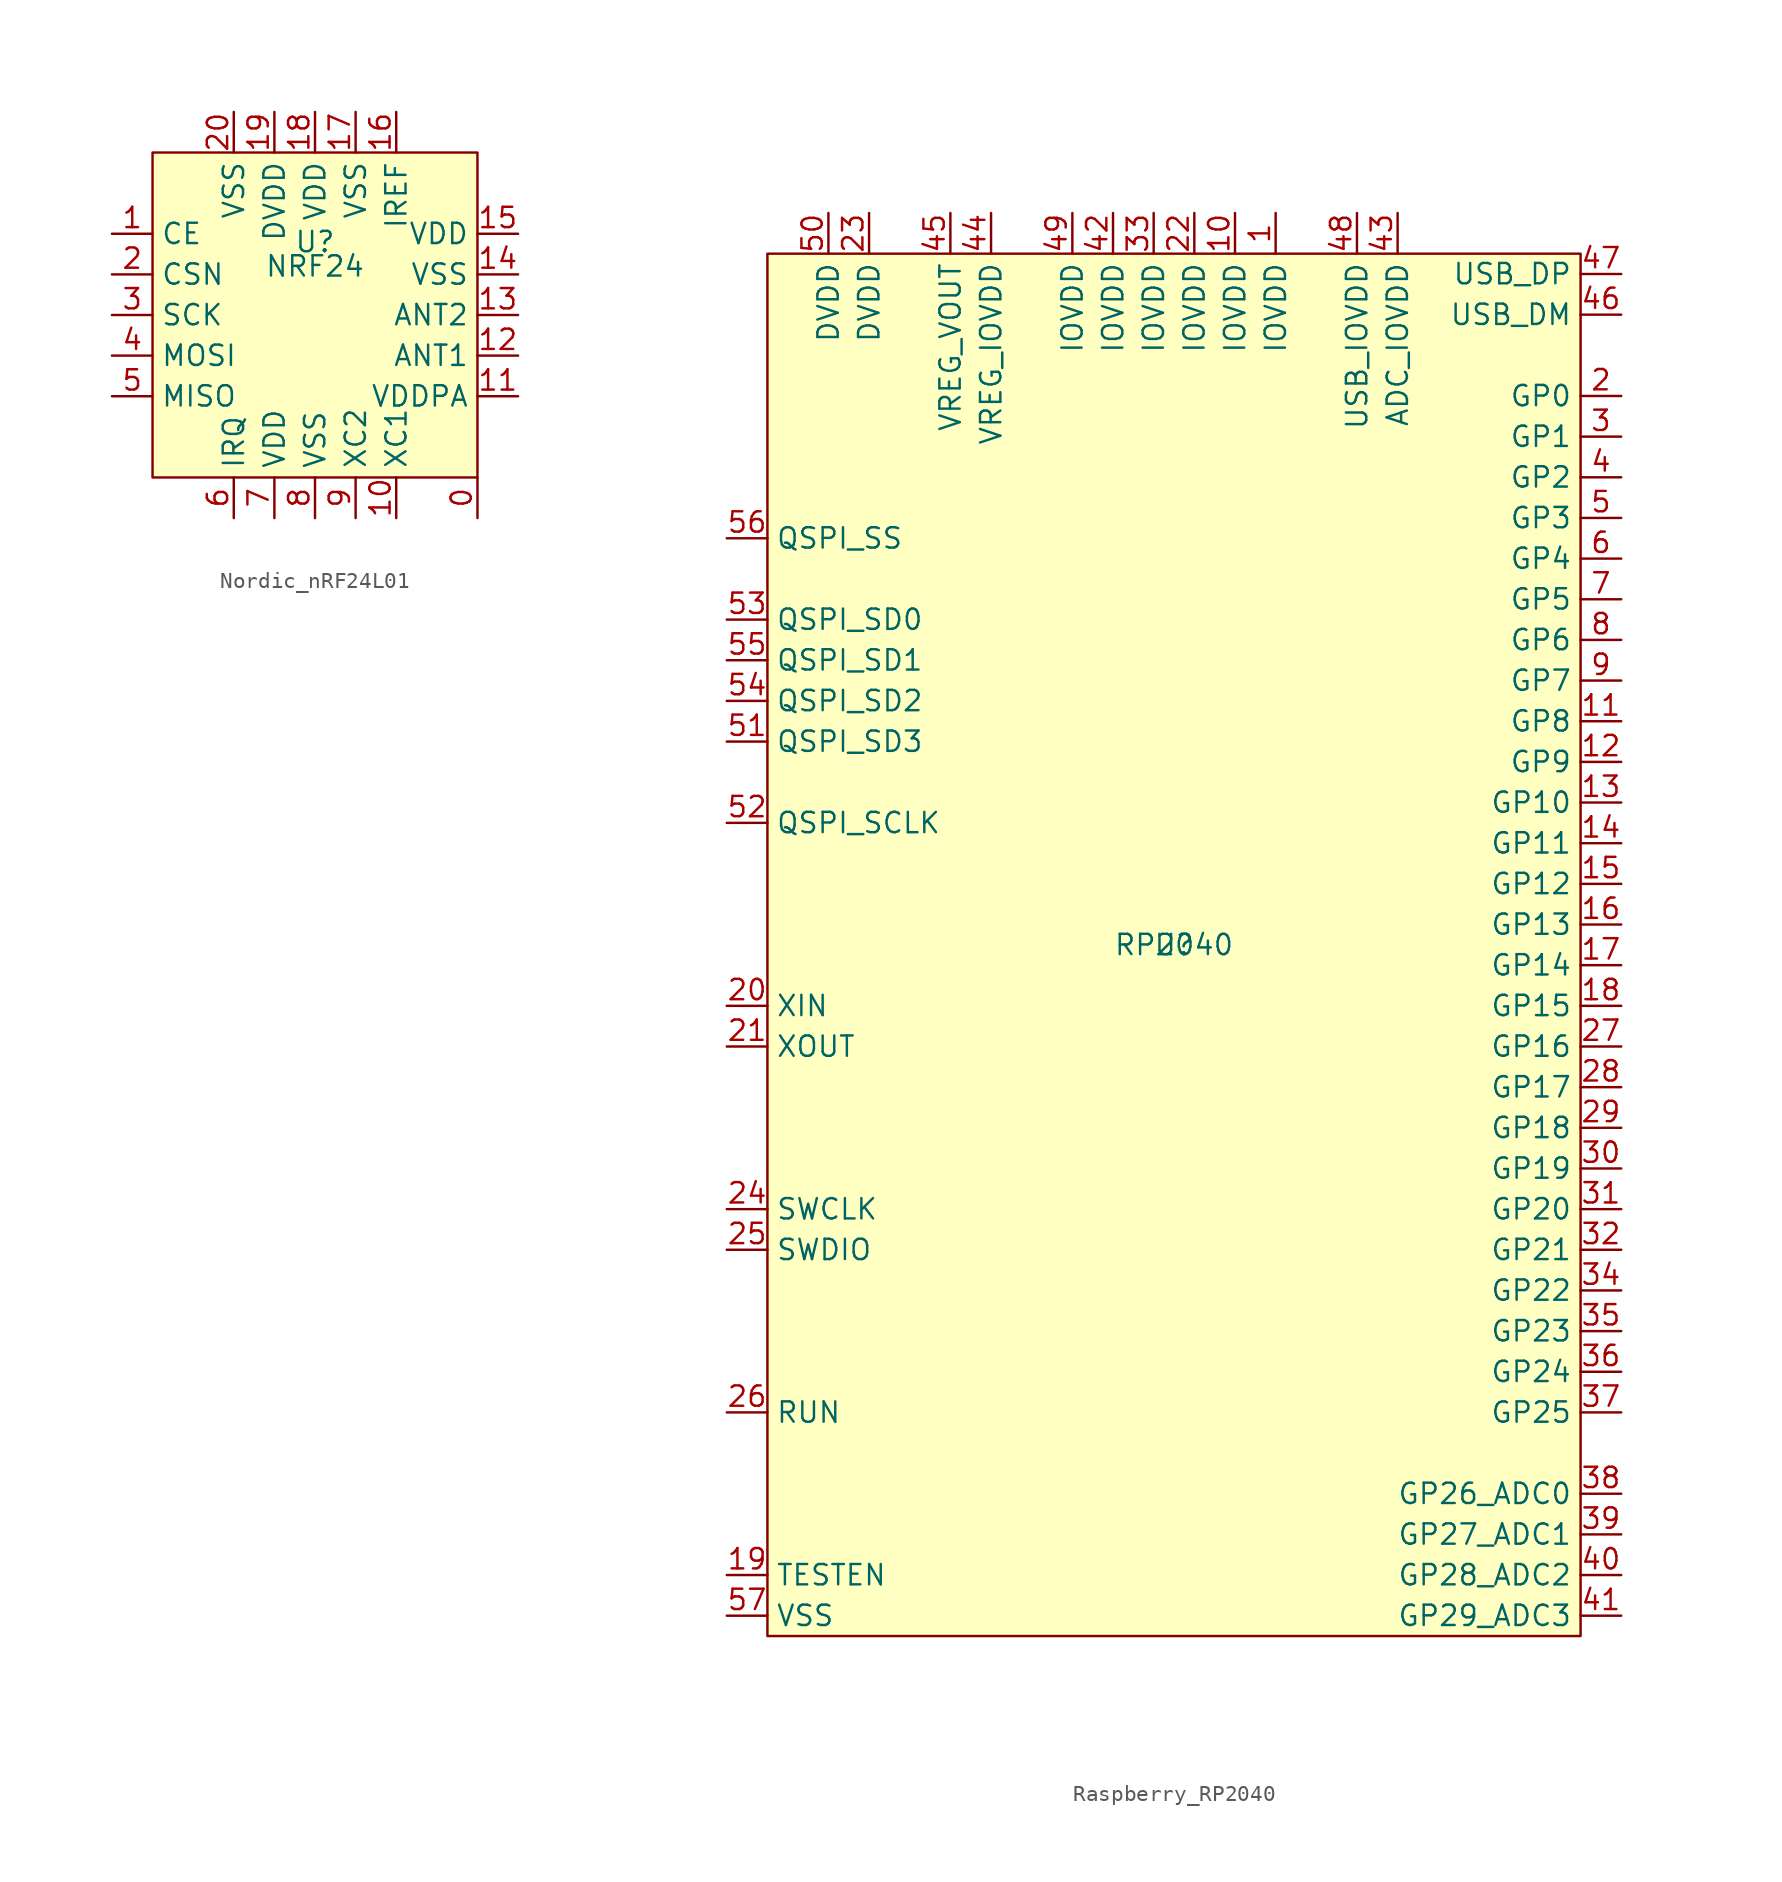
<source format=kicad_sym>
(kicad_symbol_lib
  (version 20231120)
  (generator "kicad_symbol_editor")
  (generator_version "8.0")
  (symbol "Nordic_nRF24L01"
    (property "Reference" "U"
      (at 0 4.572 0)
      (effects (font (size 1.27 1.27))))
    (property "Value" "NRF24"
      (at 0 3.048 0)
      (effects (font (size 1.27 1.27))))
    (symbol "Nordic_nRF24L01_1_1"
      (rectangle (start -10.16 10.16) (end 10.16 -10.16) (stroke (width 0) (type default)) (fill (type background)))
      (pin input line (at 10.16 -12.7 90) (length 2.54) (name "" (effects (font (size 1.27 1.27)))) (number "0" (effects (font (size 1.27 1.27)))))
      (pin input line (at -12.7 5.08 0) (length 2.54) (name "CE" (effects (font (size 1.27 1.27)))) (number "1" (effects (font (size 1.27 1.27)))))
      (pin input line (at 5.08 -12.7 90) (length 2.54) (name "XC1" (effects (font (size 1.27 1.27)))) (number "10" (effects (font (size 1.27 1.27)))))
      (pin input line (at 12.7 -5.08 180) (length 2.54) (name "VDDPA" (effects (font (size 1.27 1.27)))) (number "11" (effects (font (size 1.27 1.27)))))
      (pin input line (at 12.7 -2.54 180) (length 2.54) (name "ANT1" (effects (font (size 1.27 1.27)))) (number "12" (effects (font (size 1.27 1.27)))))
      (pin input line (at 12.7 0 180) (length 2.54) (name "ANT2" (effects (font (size 1.27 1.27)))) (number "13" (effects (font (size 1.27 1.27)))))
      (pin input line (at 12.7 2.54 180) (length 2.54) (name "VSS" (effects (font (size 1.27 1.27)))) (number "14" (effects (font (size 1.27 1.27)))))
      (pin input line (at 12.7 5.08 180) (length 2.54) (name "VDD" (effects (font (size 1.27 1.27)))) (number "15" (effects (font (size 1.27 1.27)))))
      (pin input line (at 5.08 12.7 270) (length 2.54) (name "IREF" (effects (font (size 1.27 1.27)))) (number "16" (effects (font (size 1.27 1.27)))))
      (pin input line (at 2.54 12.7 270) (length 2.54) (name "VSS" (effects (font (size 1.27 1.27)))) (number "17" (effects (font (size 1.27 1.27)))))
      (pin input line (at 0 12.7 270) (length 2.54) (name "VDD" (effects (font (size 1.27 1.27)))) (number "18" (effects (font (size 1.27 1.27)))))
      (pin input line (at -2.54 12.7 270) (length 2.54) (name "DVDD" (effects (font (size 1.27 1.27)))) (number "19" (effects (font (size 1.27 1.27)))))
      (pin input line (at -12.7 2.54 0) (length 2.54) (name "CSN" (effects (font (size 1.27 1.27)))) (number "2" (effects (font (size 1.27 1.27)))))
      (pin input line (at -5.08 12.7 270) (length 2.54) (name "VSS" (effects (font (size 1.27 1.27)))) (number "20" (effects (font (size 1.27 1.27)))))
      (pin input line (at -12.7 0 0) (length 2.54) (name "SCK" (effects (font (size 1.27 1.27)))) (number "3" (effects (font (size 1.27 1.27)))))
      (pin input line (at -12.7 -2.54 0) (length 2.54) (name "MOSI" (effects (font (size 1.27 1.27)))) (number "4" (effects (font (size 1.27 1.27)))))
      (pin input line (at -12.7 -5.08 0) (length 2.54) (name "MISO" (effects (font (size 1.27 1.27)))) (number "5" (effects (font (size 1.27 1.27)))))
      (pin input line (at -5.08 -12.7 90) (length 2.54) (name "IRQ" (effects (font (size 1.27 1.27)))) (number "6" (effects (font (size 1.27 1.27)))))
      (pin input line (at -2.54 -12.7 90) (length 2.54) (name "VDD" (effects (font (size 1.27 1.27)))) (number "7" (effects (font (size 1.27 1.27)))))
      (pin input line (at 0 -12.7 90) (length 2.54) (name "VSS" (effects (font (size 1.27 1.27)))) (number "8" (effects (font (size 1.27 1.27)))))
      (pin input line (at 2.54 -12.7 90) (length 2.54) (name "XC2" (effects (font (size 1.27 1.27)))) (number "9" (effects (font (size 1.27 1.27)))))))
  (symbol "Raspberry_RP2040"
    (property "Reference" "U"
      (at 0 0 0)
      (effects (font (size 1.27 1.27))))
    (property "Value" "RP2040"
      (at 0 0 0)
      (effects (font (size 1.27 1.27))))
    (symbol "Raspberry_RP2040_1_1"
      (rectangle (start -25.4 43.18) (end 25.4 -43.18) (stroke (width 0) (type default)) (fill (type background)))
      (pin power_in line (at 6.35 45.72 270) (length 2.54) (name "IOVDD" (effects (font (size 1.27 1.27)))) (number "1" (effects (font (size 1.27 1.27)))))
      (pin power_in line (at 3.81 45.72 270) (length 2.54) (name "IOVDD" (effects (font (size 1.27 1.27)))) (number "10" (effects (font (size 1.27 1.27)))))
      (pin bidirectional line (at 27.94 13.97 180) (length 2.54) (name "GP8" (effects (font (size 1.27 1.27)))) (number "11" (effects (font (size 1.27 1.27)))))
      (pin bidirectional line (at 27.94 11.43 180) (length 2.54) (name "GP9" (effects (font (size 1.27 1.27)))) (number "12" (effects (font (size 1.27 1.27)))))
      (pin bidirectional line (at 27.94 8.89 180) (length 2.54) (name "GP10" (effects (font (size 1.27 1.27)))) (number "13" (effects (font (size 1.27 1.27)))))
      (pin bidirectional line (at 27.94 6.35 180) (length 2.54) (name "GP11" (effects (font (size 1.27 1.27)))) (number "14" (effects (font (size 1.27 1.27)))))
      (pin bidirectional line (at 27.94 3.81 180) (length 2.54) (name "GP12" (effects (font (size 1.27 1.27)))) (number "15" (effects (font (size 1.27 1.27)))))
      (pin bidirectional line (at 27.94 1.27 180) (length 2.54) (name "GP13" (effects (font (size 1.27 1.27)))) (number "16" (effects (font (size 1.27 1.27)))))
      (pin bidirectional line (at 27.94 -1.27 180) (length 2.54) (name "GP14" (effects (font (size 1.27 1.27)))) (number "17" (effects (font (size 1.27 1.27)))))
      (pin bidirectional line (at 27.94 -3.81 180) (length 2.54) (name "GP15" (effects (font (size 1.27 1.27)))) (number "18" (effects (font (size 1.27 1.27)))))
      (pin power_in line (at -27.94 -39.37 0) (length 2.54) (name "TESTEN" (effects (font (size 1.27 1.27)))) (number "19" (effects (font (size 1.27 1.27)))))
      (pin bidirectional line (at 27.94 34.29 180) (length 2.54) (name "GP0" (effects (font (size 1.27 1.27)))) (number "2" (effects (font (size 1.27 1.27)))))
      (pin bidirectional line (at -27.94 -3.81 0) (length 2.54) (name "XIN" (effects (font (size 1.27 1.27)))) (number "20" (effects (font (size 1.27 1.27)))))
      (pin bidirectional line (at -27.94 -6.35 0) (length 2.54) (name "XOUT" (effects (font (size 1.27 1.27)))) (number "21" (effects (font (size 1.27 1.27)))))
      (pin power_in line (at 1.27 45.72 270) (length 2.54) (name "IOVDD" (effects (font (size 1.27 1.27)))) (number "22" (effects (font (size 1.27 1.27)))))
      (pin power_in line (at -19.05 45.72 270) (length 2.54) (name "DVDD" (effects (font (size 1.27 1.27)))) (number "23" (effects (font (size 1.27 1.27)))))
      (pin bidirectional line (at -27.94 -16.51 0) (length 2.54) (name "SWCLK" (effects (font (size 1.27 1.27)))) (number "24" (effects (font (size 1.27 1.27)))))
      (pin bidirectional line (at -27.94 -19.05 0) (length 2.54) (name "SWDIO" (effects (font (size 1.27 1.27)))) (number "25" (effects (font (size 1.27 1.27)))))
      (pin bidirectional line (at -27.94 -29.21 0) (length 2.54) (name "RUN" (effects (font (size 1.27 1.27)))) (number "26" (effects (font (size 1.27 1.27)))))
      (pin bidirectional line (at 27.94 -6.35 180) (length 2.54) (name "GP16" (effects (font (size 1.27 1.27)))) (number "27" (effects (font (size 1.27 1.27)))))
      (pin bidirectional line (at 27.94 -8.89 180) (length 2.54) (name "GP17" (effects (font (size 1.27 1.27)))) (number "28" (effects (font (size 1.27 1.27)))))
      (pin bidirectional line (at 27.94 -11.43 180) (length 2.54) (name "GP18" (effects (font (size 1.27 1.27)))) (number "29" (effects (font (size 1.27 1.27)))))
      (pin bidirectional line (at 27.94 31.75 180) (length 2.54) (name "GP1" (effects (font (size 1.27 1.27)))) (number "3" (effects (font (size 1.27 1.27)))))
      (pin bidirectional line (at 27.94 -13.97 180) (length 2.54) (name "GP19" (effects (font (size 1.27 1.27)))) (number "30" (effects (font (size 1.27 1.27)))))
      (pin bidirectional line (at 27.94 -16.51 180) (length 2.54) (name "GP20" (effects (font (size 1.27 1.27)))) (number "31" (effects (font (size 1.27 1.27)))))
      (pin bidirectional line (at 27.94 -19.05 180) (length 2.54) (name "GP21" (effects (font (size 1.27 1.27)))) (number "32" (effects (font (size 1.27 1.27)))))
      (pin power_in line (at -1.27 45.72 270) (length 2.54) (name "IOVDD" (effects (font (size 1.27 1.27)))) (number "33" (effects (font (size 1.27 1.27)))))
      (pin bidirectional line (at 27.94 -21.59 180) (length 2.54) (name "GP22" (effects (font (size 1.27 1.27)))) (number "34" (effects (font (size 1.27 1.27)))))
      (pin bidirectional line (at 27.94 -24.13 180) (length 2.54) (name "GP23" (effects (font (size 1.27 1.27)))) (number "35" (effects (font (size 1.27 1.27)))))
      (pin bidirectional line (at 27.94 -26.67 180) (length 2.54) (name "GP24" (effects (font (size 1.27 1.27)))) (number "36" (effects (font (size 1.27 1.27)))))
      (pin bidirectional line (at 27.94 -29.21 180) (length 2.54) (name "GP25" (effects (font (size 1.27 1.27)))) (number "37" (effects (font (size 1.27 1.27)))))
      (pin bidirectional line (at 27.94 -34.29 180) (length 2.54) (name "GP26_ADC0" (effects (font (size 1.27 1.27)))) (number "38" (effects (font (size 1.27 1.27)))))
      (pin bidirectional line (at 27.94 -36.83 180) (length 2.54) (name "GP27_ADC1" (effects (font (size 1.27 1.27)))) (number "39" (effects (font (size 1.27 1.27)))))
      (pin bidirectional line (at 27.94 29.21 180) (length 2.54) (name "GP2" (effects (font (size 1.27 1.27)))) (number "4" (effects (font (size 1.27 1.27)))))
      (pin bidirectional line (at 27.94 -39.37 180) (length 2.54) (name "GP28_ADC2" (effects (font (size 1.27 1.27)))) (number "40" (effects (font (size 1.27 1.27)))))
      (pin bidirectional line (at 27.94 -41.91 180) (length 2.54) (name "GP29_ADC3" (effects (font (size 1.27 1.27)))) (number "41" (effects (font (size 1.27 1.27)))))
      (pin power_in line (at -3.81 45.72 270) (length 2.54) (name "IOVDD" (effects (font (size 1.27 1.27)))) (number "42" (effects (font (size 1.27 1.27)))))
      (pin power_in line (at 13.97 45.72 270) (length 2.54) (name "ADC_IOVDD" (effects (font (size 1.27 1.27)))) (number "43" (effects (font (size 1.27 1.27)))))
      (pin power_in line (at -11.43 45.72 270) (length 2.54) (name "VREG_IOVDD" (effects (font (size 1.27 1.27)))) (number "44" (effects (font (size 1.27 1.27)))))
      (pin power_in line (at -13.97 45.72 270) (length 2.54) (name "VREG_VOUT" (effects (font (size 1.27 1.27)))) (number "45" (effects (font (size 1.27 1.27)))))
      (pin bidirectional line (at 27.94 39.37 180) (length 2.54) (name "USB_DM" (effects (font (size 1.27 1.27)))) (number "46" (effects (font (size 1.27 1.27)))))
      (pin bidirectional line (at 27.94 41.91 180) (length 2.54) (name "USB_DP" (effects (font (size 1.27 1.27)))) (number "47" (effects (font (size 1.27 1.27)))))
      (pin power_in line (at 11.43 45.72 270) (length 2.54) (name "USB_IOVDD" (effects (font (size 1.27 1.27)))) (number "48" (effects (font (size 1.27 1.27)))))
      (pin power_in line (at -6.35 45.72 270) (length 2.54) (name "IOVDD" (effects (font (size 1.27 1.27)))) (number "49" (effects (font (size 1.27 1.27)))))
      (pin bidirectional line (at 27.94 26.67 180) (length 2.54) (name "GP3" (effects (font (size 1.27 1.27)))) (number "5" (effects (font (size 1.27 1.27)))))
      (pin power_in line (at -21.59 45.72 270) (length 2.54) (name "DVDD" (effects (font (size 1.27 1.27)))) (number "50" (effects (font (size 1.27 1.27)))))
      (pin bidirectional line (at -27.94 12.7 0) (length 2.54) (name "QSPI_SD3" (effects (font (size 1.27 1.27)))) (number "51" (effects (font (size 1.27 1.27)))))
      (pin bidirectional line (at -27.94 7.62 0) (length 2.54) (name "QSPI_SCLK" (effects (font (size 1.27 1.27)))) (number "52" (effects (font (size 1.27 1.27)))))
      (pin bidirectional line (at -27.94 20.32 0) (length 2.54) (name "QSPI_SD0" (effects (font (size 1.27 1.27)))) (number "53" (effects (font (size 1.27 1.27)))))
      (pin bidirectional line (at -27.94 15.24 0) (length 2.54) (name "QSPI_SD2" (effects (font (size 1.27 1.27)))) (number "54" (effects (font (size 1.27 1.27)))))
      (pin bidirectional line (at -27.94 17.78 0) (length 2.54) (name "QSPI_SD1" (effects (font (size 1.27 1.27)))) (number "55" (effects (font (size 1.27 1.27)))))
      (pin bidirectional line (at -27.94 25.4 0) (length 2.54) (name "QSPI_SS" (effects (font (size 1.27 1.27)))) (number "56" (effects (font (size 1.27 1.27)))))
      (pin power_in line (at -27.94 -41.91 0) (length 2.54) (name "VSS" (effects (font (size 1.27 1.27)))) (number "57" (effects (font (size 1.27 1.27)))))
      (pin bidirectional line (at 27.94 24.13 180) (length 2.54) (name "GP4" (effects (font (size 1.27 1.27)))) (number "6" (effects (font (size 1.27 1.27)))))
      (pin bidirectional line (at 27.94 21.59 180) (length 2.54) (name "GP5" (effects (font (size 1.27 1.27)))) (number "7" (effects (font (size 1.27 1.27)))))
      (pin bidirectional line (at 27.94 19.05 180) (length 2.54) (name "GP6" (effects (font (size 1.27 1.27)))) (number "8" (effects (font (size 1.27 1.27)))))
      (pin bidirectional line (at 27.94 16.51 180) (length 2.54) (name "GP7" (effects (font (size 1.27 1.27)))) (number "9" (effects (font (size 1.27 1.27))))))))
</source>
